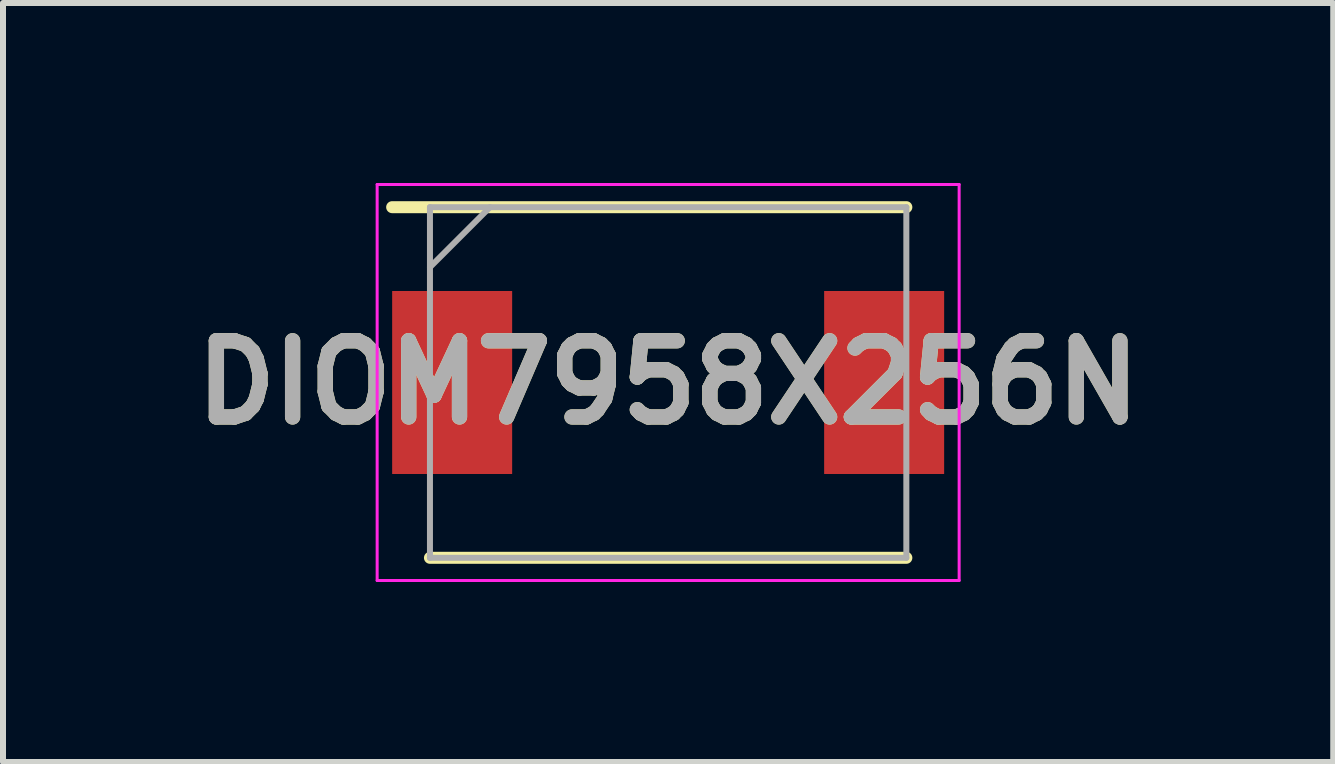
<source format=kicad_pcb>
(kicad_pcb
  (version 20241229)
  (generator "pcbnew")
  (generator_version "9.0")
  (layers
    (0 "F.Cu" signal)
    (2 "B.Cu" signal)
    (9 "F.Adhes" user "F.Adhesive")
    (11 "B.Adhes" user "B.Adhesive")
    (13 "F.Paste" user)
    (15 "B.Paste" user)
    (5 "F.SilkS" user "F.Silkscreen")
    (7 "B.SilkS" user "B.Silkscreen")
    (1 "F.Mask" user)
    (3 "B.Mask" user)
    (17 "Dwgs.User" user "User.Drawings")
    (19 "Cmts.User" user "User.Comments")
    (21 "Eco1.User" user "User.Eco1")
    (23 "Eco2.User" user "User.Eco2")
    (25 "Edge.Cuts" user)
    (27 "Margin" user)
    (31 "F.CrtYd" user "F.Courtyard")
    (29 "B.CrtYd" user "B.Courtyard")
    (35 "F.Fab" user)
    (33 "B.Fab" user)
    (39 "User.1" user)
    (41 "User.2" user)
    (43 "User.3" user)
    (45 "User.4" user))
  (footprint "DIOM7958X256N"
    (layer "F.Cu")
    (at 8.086 3.325)
    (property "Reference" "DIOM7958X256N" (at 0 0 0) (layer "F.SilkS") (effects (font (size 1.27 1.27) (thickness 0.254))))
    (attr smd)
    (fp_line (start -3.97 2.922) (end 3.97 2.922) (stroke (width 0.2) (type solid)) (layer "F.SilkS"))
    (fp_line (start 3.97 -2.922) (end -4.6 -2.922) (stroke (width 0.2) (type solid)) (layer "F.SilkS"))
    (fp_line (start -4.85 -3.3) (end 4.85 -3.3) (stroke (width 0.05) (type solid)) (layer "F.CrtYd"))
    (fp_line (start -4.85 3.3) (end -4.85 -3.3) (stroke (width 0.05) (type solid)) (layer "F.CrtYd"))
    (fp_line (start 4.85 -3.3) (end 4.85 3.3) (stroke (width 0.05) (type solid)) (layer "F.CrtYd"))
    (fp_line (start 4.85 3.3) (end -4.85 3.3) (stroke (width 0.05) (type solid)) (layer "F.CrtYd"))
    (fp_line (start -3.97 -2.922) (end 3.97 -2.922) (stroke (width 0.1) (type solid)) (layer "F.Fab"))
    (fp_line (start -3.97 -1.922) (end -2.97 -2.922) (stroke (width 0.1) (type solid)) (layer "F.Fab"))
    (fp_line (start -3.97 2.922) (end -3.97 -2.922) (stroke (width 0.1) (type solid)) (layer "F.Fab"))
    (fp_line (start 3.97 -2.922) (end 3.97 2.922) (stroke (width 0.1) (type solid)) (layer "F.Fab"))
    (fp_line (start 3.97 2.922) (end -3.97 2.922) (stroke (width 0.1) (type solid)) (layer "F.Fab"))
    (fp_text user "${REFERENCE}" (at 0 0 0) (layer "F.Fab") (effects (font (size 1.27 1.27) (thickness 0.254))))
    (pad "1" smd rect (at -3.6 0) (size 2 3.05) (layers "F.Cu" "F.Mask" "F.Paste"))
    (pad "2" smd rect (at 3.6 0) (size 2 3.05) (layers "F.Cu" "F.Mask" "F.Paste")))
  (gr_rect
    (start -3 -3)
    (end 19.171 9.65)
    (stroke (width 0.1) (type default))
    (fill no)
    (layer "Edge.Cuts")))
</source>
